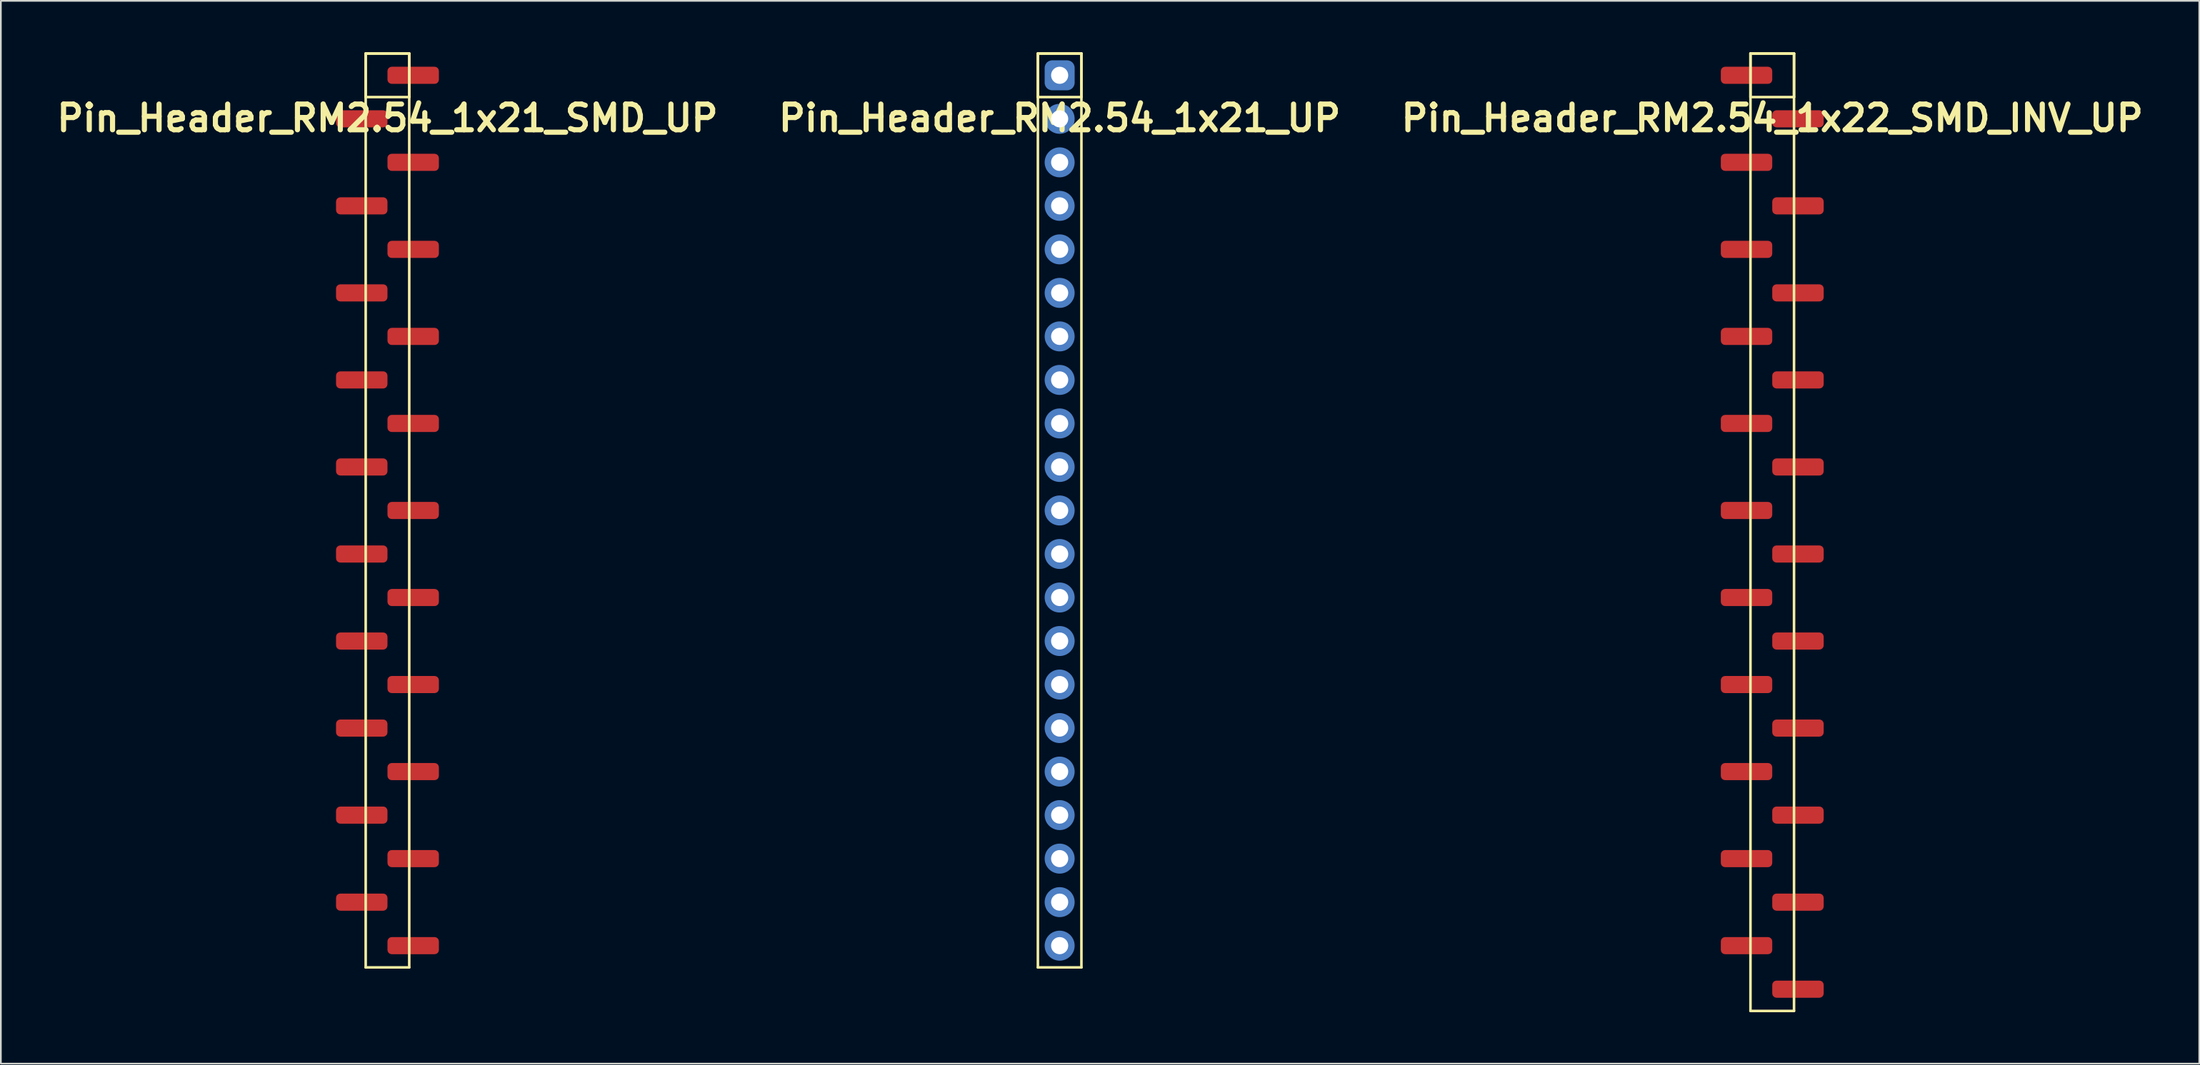
<source format=kicad_pcb>
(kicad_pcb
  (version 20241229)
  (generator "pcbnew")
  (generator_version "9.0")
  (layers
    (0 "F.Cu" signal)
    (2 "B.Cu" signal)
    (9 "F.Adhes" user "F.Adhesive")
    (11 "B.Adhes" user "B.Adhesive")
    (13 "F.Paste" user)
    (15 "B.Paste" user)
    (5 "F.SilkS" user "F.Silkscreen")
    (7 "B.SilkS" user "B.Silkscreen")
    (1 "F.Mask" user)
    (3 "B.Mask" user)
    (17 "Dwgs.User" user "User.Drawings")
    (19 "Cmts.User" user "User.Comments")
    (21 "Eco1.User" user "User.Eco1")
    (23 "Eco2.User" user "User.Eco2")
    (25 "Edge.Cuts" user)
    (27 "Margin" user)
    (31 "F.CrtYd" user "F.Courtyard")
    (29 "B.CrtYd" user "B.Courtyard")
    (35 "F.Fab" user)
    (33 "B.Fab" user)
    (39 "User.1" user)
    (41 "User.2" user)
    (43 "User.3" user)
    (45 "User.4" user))
  (footprint "Pin_Header_RM2.54_1x21_SMD_UP"
    (layer "F.Cu")
    (at 19.55 1.345)
    (property "Reference" "Pin_Header_RM2.54_1x21_SMD_UP" (at 0 2.5 0) (layer "F.SilkS") (effects (font (size 1.5 1.5) (thickness 0.3))))
    (attr through_hole)
    (fp_line (start -1.27 -1.27) (end 1.27 -1.27) (stroke (width 0.15) (type solid)) (layer "F.SilkS"))
    (fp_line (start -1.27 -1.27) (end 1.27 -1.27) (stroke (width 0.15) (type solid)) (layer "F.SilkS"))
    (fp_line (start -1.27 1.27) (end -1.27 -1.27) (stroke (width 0.15) (type solid)) (layer "F.SilkS"))
    (fp_line (start -1.27 52.07) (end -1.27 -1.27) (stroke (width 0.15) (type solid)) (layer "F.SilkS"))
    (fp_line (start 1.27 -1.27) (end 1.27 1.27) (stroke (width 0.15) (type solid)) (layer "F.SilkS"))
    (fp_line (start 1.27 -1.27) (end 1.27 52.07) (stroke (width 0.15) (type solid)) (layer "F.SilkS"))
    (fp_line (start 1.27 1.27) (end -1.27 1.27) (stroke (width 0.15) (type solid)) (layer "F.SilkS"))
    (fp_line (start 1.27 52.07) (end -1.27 52.07) (stroke (width 0.15) (type solid)) (layer "F.SilkS"))
    (pad "1" smd roundrect (at 1.5 0) (size 3 1) (layers "F.Cu" "F.Mask") (roundrect_rratio 0.25))
    (pad "2" smd roundrect (at -1.5 2.54) (size 3 1) (layers "F.Cu" "F.Mask") (roundrect_rratio 0.25))
    (pad "3" smd roundrect (at 1.5 5.08) (size 3 1) (layers "F.Cu" "F.Mask") (roundrect_rratio 0.25))
    (pad "4" smd roundrect (at -1.5 7.62) (size 3 1) (layers "F.Cu" "F.Mask") (roundrect_rratio 0.25))
    (pad "5" smd roundrect (at 1.5 10.16) (size 3 1) (layers "F.Cu" "F.Mask") (roundrect_rratio 0.25))
    (pad "6" smd roundrect (at -1.5 12.7) (size 3 1) (layers "F.Cu" "F.Mask") (roundrect_rratio 0.25))
    (pad "7" smd roundrect (at 1.5 15.24) (size 3 1) (layers "F.Cu" "F.Mask") (roundrect_rratio 0.25))
    (pad "8" smd roundrect (at -1.5 17.78) (size 3 1) (layers "F.Cu" "F.Mask") (roundrect_rratio 0.25))
    (pad "9" smd roundrect (at 1.5 20.32) (size 3 1) (layers "F.Cu" "F.Mask") (roundrect_rratio 0.25))
    (pad "10" smd roundrect (at -1.5 22.86) (size 3 1) (layers "F.Cu" "F.Mask") (roundrect_rratio 0.25))
    (pad "11" smd roundrect (at 1.5 25.4) (size 3 1) (layers "F.Cu" "F.Mask") (roundrect_rratio 0.25))
    (pad "12" smd roundrect (at -1.5 27.94) (size 3 1) (layers "F.Cu" "F.Mask") (roundrect_rratio 0.25))
    (pad "13" smd roundrect (at 1.5 30.48) (size 3 1) (layers "F.Cu" "F.Mask") (roundrect_rratio 0.25))
    (pad "14" smd roundrect (at -1.5 33.02) (size 3 1) (layers "F.Cu" "F.Mask") (roundrect_rratio 0.25))
    (pad "15" smd roundrect (at 1.5 35.56) (size 3 1) (layers "F.Cu" "F.Mask") (roundrect_rratio 0.25))
    (pad "16" smd roundrect (at -1.5 38.1) (size 3 1) (layers "F.Cu" "F.Mask") (roundrect_rratio 0.25))
    (pad "17" smd roundrect (at 1.5 40.64) (size 3 1) (layers "F.Cu" "F.Mask") (roundrect_rratio 0.25))
    (pad "18" smd roundrect (at -1.5 43.18) (size 3 1) (layers "F.Cu" "F.Mask") (roundrect_rratio 0.25))
    (pad "19" smd roundrect (at 1.5 45.72) (size 3 1) (layers "F.Cu" "F.Mask") (roundrect_rratio 0.25))
    (pad "20" smd roundrect (at -1.5 48.26) (size 3 1) (layers "F.Cu" "F.Mask") (roundrect_rratio 0.25))
    (pad "21" smd roundrect (at 1.5 50.8) (size 3 1) (layers "F.Cu" "F.Mask") (roundrect_rratio 0.25)))
  (footprint "Pin_Header_RM2.54_1x21_UP"
    (layer "F.Cu")
    (at 58.757 1.345)
    (property "Reference" "Pin_Header_RM2.54_1x21_UP" (at 0 2.5 0) (layer "F.SilkS") (effects (font (size 1.5 1.5) (thickness 0.3))))
    (attr through_hole)
    (fp_line (start -1.27 -1.27) (end 1.27 -1.27) (stroke (width 0.15) (type solid)) (layer "F.SilkS"))
    (fp_line (start -1.27 -1.27) (end 1.27 -1.27) (stroke (width 0.15) (type solid)) (layer "F.SilkS"))
    (fp_line (start -1.27 1.27) (end -1.27 -1.27) (stroke (width 0.15) (type solid)) (layer "F.SilkS"))
    (fp_line (start -1.27 52.07) (end -1.27 -1.27) (stroke (width 0.15) (type solid)) (layer "F.SilkS"))
    (fp_line (start 1.27 -1.27) (end 1.27 1.27) (stroke (width 0.15) (type solid)) (layer "F.SilkS"))
    (fp_line (start 1.27 -1.27) (end 1.27 52.07) (stroke (width 0.15) (type solid)) (layer "F.SilkS"))
    (fp_line (start 1.27 1.27) (end -1.27 1.27) (stroke (width 0.15) (type solid)) (layer "F.SilkS"))
    (fp_line (start 1.27 52.07) (end -1.27 52.07) (stroke (width 0.15) (type solid)) (layer "F.SilkS"))
    (pad "1" thru_hole circle (at 0 0) (size 1.3 1.3) (drill 1) (layers "*.Cu" "*.Mask"))
    (pad "1" smd roundrect (at 0 0) (size 1.5 1.5) (layers "F.Cu" "F.Mask") (roundrect_rratio 0.25))
    (pad "1" smd roundrect (at 0 0) (size 1.75 1.75) (layers "B.Cu" "B.Mask") (roundrect_rratio 0.25))
    (pad "2" thru_hole circle (at 0 2.54) (size 1.3 1.3) (drill 1) (layers "*.Cu" "*.Mask"))
    (pad "2" smd circle (at 0 2.54) (size 1.5 1.5) (layers "F.Cu" "F.Mask"))
    (pad "2" smd circle (at 0 2.54) (size 1.75 1.75) (layers "B.Cu" "B.Mask"))
    (pad "3" thru_hole circle (at 0 5.08) (size 1.3 1.3) (drill 1) (layers "*.Cu" "*.Mask"))
    (pad "3" smd circle (at 0 5.08) (size 1.5 1.5) (layers "F.Cu" "F.Mask"))
    (pad "3" smd circle (at 0 5.08) (size 1.75 1.75) (layers "B.Cu" "B.Mask"))
    (pad "4" thru_hole circle (at 0 7.62) (size 1.3 1.3) (drill 1) (layers "*.Cu" "*.Mask"))
    (pad "4" smd circle (at 0 7.62) (size 1.5 1.5) (layers "F.Cu" "F.Mask"))
    (pad "4" smd circle (at 0 7.62) (size 1.75 1.75) (layers "B.Cu" "B.Mask"))
    (pad "5" thru_hole circle (at 0 10.16) (size 1.3 1.3) (drill 1) (layers "*.Cu" "*.Mask"))
    (pad "5" smd circle (at 0 10.16) (size 1.5 1.5) (layers "F.Cu" "F.Mask"))
    (pad "5" smd circle (at 0 10.16) (size 1.75 1.75) (layers "B.Cu" "B.Mask"))
    (pad "6" thru_hole circle (at 0 12.7) (size 1.3 1.3) (drill 1) (layers "*.Cu" "*.Mask"))
    (pad "6" smd circle (at 0 12.7) (size 1.5 1.5) (layers "F.Cu" "F.Mask"))
    (pad "6" smd circle (at 0 12.7) (size 1.75 1.75) (layers "B.Cu" "B.Mask"))
    (pad "7" thru_hole circle (at 0 15.24) (size 1.3 1.3) (drill 1) (layers "*.Cu" "*.Mask"))
    (pad "7" smd circle (at 0 15.24) (size 1.5 1.5) (layers "F.Cu" "F.Mask"))
    (pad "7" smd circle (at 0 15.24) (size 1.75 1.75) (layers "B.Cu" "B.Mask"))
    (pad "8" thru_hole circle (at 0 17.78) (size 1.3 1.3) (drill 1) (layers "*.Cu" "*.Mask"))
    (pad "8" smd circle (at 0 17.78) (size 1.5 1.5) (layers "F.Cu" "F.Mask"))
    (pad "8" smd circle (at 0 17.78) (size 1.75 1.75) (layers "B.Cu" "B.Mask"))
    (pad "9" thru_hole circle (at 0 20.32) (size 1.3 1.3) (drill 1) (layers "*.Cu" "*.Mask"))
    (pad "9" smd circle (at 0 20.32) (size 1.5 1.5) (layers "F.Cu" "F.Mask"))
    (pad "9" smd circle (at 0 20.32) (size 1.75 1.75) (layers "B.Cu" "B.Mask"))
    (pad "10" thru_hole circle (at 0 22.86) (size 1.3 1.3) (drill 1) (layers "*.Cu" "*.Mask"))
    (pad "10" smd circle (at 0 22.86) (size 1.5 1.5) (layers "F.Cu" "F.Mask"))
    (pad "10" smd circle (at 0 22.86) (size 1.75 1.75) (layers "B.Cu" "B.Mask"))
    (pad "11" thru_hole circle (at 0 25.4) (size 1.3 1.3) (drill 1) (layers "*.Cu" "*.Mask"))
    (pad "11" smd circle (at 0 25.4) (size 1.5 1.5) (layers "F.Cu" "F.Mask"))
    (pad "11" smd circle (at 0 25.4) (size 1.75 1.75) (layers "B.Cu" "B.Mask"))
    (pad "12" thru_hole circle (at 0 27.94) (size 1.3 1.3) (drill 1) (layers "*.Cu" "*.Mask"))
    (pad "12" smd circle (at 0 27.94) (size 1.5 1.5) (layers "F.Cu" "F.Mask"))
    (pad "12" smd circle (at 0 27.94) (size 1.75 1.75) (layers "B.Cu" "B.Mask"))
    (pad "13" thru_hole circle (at 0 30.48) (size 1.3 1.3) (drill 1) (layers "*.Cu" "*.Mask"))
    (pad "13" smd circle (at 0 30.48) (size 1.5 1.5) (layers "F.Cu" "F.Mask"))
    (pad "13" smd circle (at 0 30.48) (size 1.75 1.75) (layers "B.Cu" "B.Mask"))
    (pad "14" thru_hole circle (at 0 33.02) (size 1.3 1.3) (drill 1) (layers "*.Cu" "*.Mask"))
    (pad "14" smd circle (at 0 33.02) (size 1.5 1.5) (layers "F.Cu" "F.Mask"))
    (pad "14" smd circle (at 0 33.02) (size 1.75 1.75) (layers "B.Cu" "B.Mask"))
    (pad "15" thru_hole circle (at 0 35.56) (size 1.3 1.3) (drill 1) (layers "*.Cu" "*.Mask"))
    (pad "15" smd circle (at 0 35.56) (size 1.5 1.5) (layers "F.Cu" "F.Mask"))
    (pad "15" smd circle (at 0 35.56) (size 1.75 1.75) (layers "B.Cu" "B.Mask"))
    (pad "16" thru_hole circle (at 0 38.1) (size 1.3 1.3) (drill 1) (layers "*.Cu" "*.Mask"))
    (pad "16" smd circle (at 0 38.1) (size 1.5 1.5) (layers "F.Cu" "F.Mask"))
    (pad "16" smd circle (at 0 38.1) (size 1.75 1.75) (layers "B.Cu" "B.Mask"))
    (pad "17" thru_hole circle (at 0 40.64) (size 1.3 1.3) (drill 1) (layers "*.Cu" "*.Mask"))
    (pad "17" smd circle (at 0 40.64) (size 1.5 1.5) (layers "F.Cu" "F.Mask"))
    (pad "17" smd circle (at 0 40.64) (size 1.75 1.75) (layers "B.Cu" "B.Mask"))
    (pad "18" thru_hole circle (at 0 43.18) (size 1.3 1.3) (drill 1) (layers "*.Cu" "*.Mask"))
    (pad "18" smd circle (at 0 43.18) (size 1.5 1.5) (layers "F.Cu" "F.Mask"))
    (pad "18" smd circle (at 0 43.18) (size 1.75 1.75) (layers "B.Cu" "B.Mask"))
    (pad "19" thru_hole circle (at 0 45.72) (size 1.3 1.3) (drill 1) (layers "*.Cu" "*.Mask"))
    (pad "19" smd circle (at 0 45.72) (size 1.5 1.5) (layers "F.Cu" "F.Mask"))
    (pad "19" smd circle (at 0 45.72) (size 1.75 1.75) (layers "B.Cu" "B.Mask"))
    (pad "20" thru_hole circle (at 0 48.26) (size 1.3 1.3) (drill 1) (layers "*.Cu" "*.Mask"))
    (pad "20" smd circle (at 0 48.26) (size 1.5 1.5) (layers "F.Cu" "F.Mask"))
    (pad "20" smd circle (at 0 48.26) (size 1.75 1.75) (layers "B.Cu" "B.Mask"))
    (pad "21" thru_hole circle (at 0 50.8) (size 1.3 1.3) (drill 1) (layers "*.Cu" "*.Mask"))
    (pad "21" smd circle (at 0 50.8) (size 1.5 1.5) (layers "F.Cu" "F.Mask"))
    (pad "21" smd circle (at 0 50.8) (size 1.75 1.75) (layers "B.Cu" "B.Mask")))
  (footprint "Pin_Header_RM2.54_1x22_SMD_INV_UP"
    (layer "F.Cu")
    (at 100.321 1.345)
    (property "Reference" "Pin_Header_RM2.54_1x22_SMD_INV_UP" (at 0 2.5 0) (layer "F.SilkS") (effects (font (size 1.5 1.5) (thickness 0.3))))
    (attr through_hole)
    (fp_line (start -1.27 -1.27) (end 1.27 -1.27) (stroke (width 0.15) (type solid)) (layer "F.SilkS"))
    (fp_line (start -1.27 -1.27) (end 1.27 -1.27) (stroke (width 0.15) (type solid)) (layer "F.SilkS"))
    (fp_line (start -1.27 1.27) (end -1.27 -1.27) (stroke (width 0.15) (type solid)) (layer "F.SilkS"))
    (fp_line (start -1.27 54.61) (end -1.27 -1.27) (stroke (width 0.15) (type solid)) (layer "F.SilkS"))
    (fp_line (start 1.27 -1.27) (end 1.27 1.27) (stroke (width 0.15) (type solid)) (layer "F.SilkS"))
    (fp_line (start 1.27 -1.27) (end 1.27 54.61) (stroke (width 0.15) (type solid)) (layer "F.SilkS"))
    (fp_line (start 1.27 1.27) (end -1.27 1.27) (stroke (width 0.15) (type solid)) (layer "F.SilkS"))
    (fp_line (start 1.27 54.61) (end -1.27 54.61) (stroke (width 0.15) (type solid)) (layer "F.SilkS"))
    (pad "1" smd roundrect (at -1.5 0) (size 3 1) (layers "F.Cu" "F.Mask" "F.Paste") (roundrect_rratio 0.25))
    (pad "2" smd roundrect (at 1.5 2.54) (size 3 1) (layers "F.Cu" "F.Mask" "F.Paste") (roundrect_rratio 0.25))
    (pad "3" smd roundrect (at -1.5 5.08) (size 3 1) (layers "F.Cu" "F.Mask" "F.Paste") (roundrect_rratio 0.25))
    (pad "4" smd roundrect (at 1.5 7.62) (size 3 1) (layers "F.Cu" "F.Mask" "F.Paste") (roundrect_rratio 0.25))
    (pad "5" smd roundrect (at -1.5 10.16) (size 3 1) (layers "F.Cu" "F.Mask" "F.Paste") (roundrect_rratio 0.25))
    (pad "6" smd roundrect (at 1.5 12.7) (size 3 1) (layers "F.Cu" "F.Mask" "F.Paste") (roundrect_rratio 0.25))
    (pad "7" smd roundrect (at -1.5 15.24) (size 3 1) (layers "F.Cu" "F.Mask" "F.Paste") (roundrect_rratio 0.25))
    (pad "8" smd roundrect (at 1.5 17.78) (size 3 1) (layers "F.Cu" "F.Mask" "F.Paste") (roundrect_rratio 0.25))
    (pad "9" smd roundrect (at -1.5 20.32) (size 3 1) (layers "F.Cu" "F.Mask" "F.Paste") (roundrect_rratio 0.25))
    (pad "10" smd roundrect (at 1.5 22.86) (size 3 1) (layers "F.Cu" "F.Mask" "F.Paste") (roundrect_rratio 0.25))
    (pad "11" smd roundrect (at -1.5 25.4) (size 3 1) (layers "F.Cu" "F.Mask" "F.Paste") (roundrect_rratio 0.25))
    (pad "12" smd roundrect (at 1.5 27.94) (size 3 1) (layers "F.Cu" "F.Mask" "F.Paste") (roundrect_rratio 0.25))
    (pad "13" smd roundrect (at -1.5 30.48) (size 3 1) (layers "F.Cu" "F.Mask" "F.Paste") (roundrect_rratio 0.25))
    (pad "14" smd roundrect (at 1.5 33.02) (size 3 1) (layers "F.Cu" "F.Mask" "F.Paste") (roundrect_rratio 0.25))
    (pad "15" smd roundrect (at -1.5 35.56) (size 3 1) (layers "F.Cu" "F.Mask" "F.Paste") (roundrect_rratio 0.25))
    (pad "16" smd roundrect (at 1.5 38.1) (size 3 1) (layers "F.Cu" "F.Mask" "F.Paste") (roundrect_rratio 0.25))
    (pad "17" smd roundrect (at -1.5 40.64) (size 3 1) (layers "F.Cu" "F.Mask" "F.Paste") (roundrect_rratio 0.25))
    (pad "18" smd roundrect (at 1.5 43.18) (size 3 1) (layers "F.Cu" "F.Mask" "F.Paste") (roundrect_rratio 0.25))
    (pad "19" smd roundrect (at -1.5 45.72) (size 3 1) (layers "F.Cu" "F.Mask" "F.Paste") (roundrect_rratio 0.25))
    (pad "20" smd roundrect (at 1.5 48.26) (size 3 1) (layers "F.Cu" "F.Mask" "F.Paste") (roundrect_rratio 0.25))
    (pad "21" smd roundrect (at -1.5 50.8) (size 3 1) (layers "F.Cu" "F.Mask" "F.Paste") (roundrect_rratio 0.25))
    (pad "22" smd roundrect (at 1.5 53.34) (size 3 1) (layers "F.Cu" "F.Mask" "F.Paste") (roundrect_rratio 0.25)))
  (gr_rect
    (start -3 -3)
    (end 125.229 59.03)
    (stroke (width 0.1) (type default))
    (fill no)
    (layer "Edge.Cuts")))
</source>
